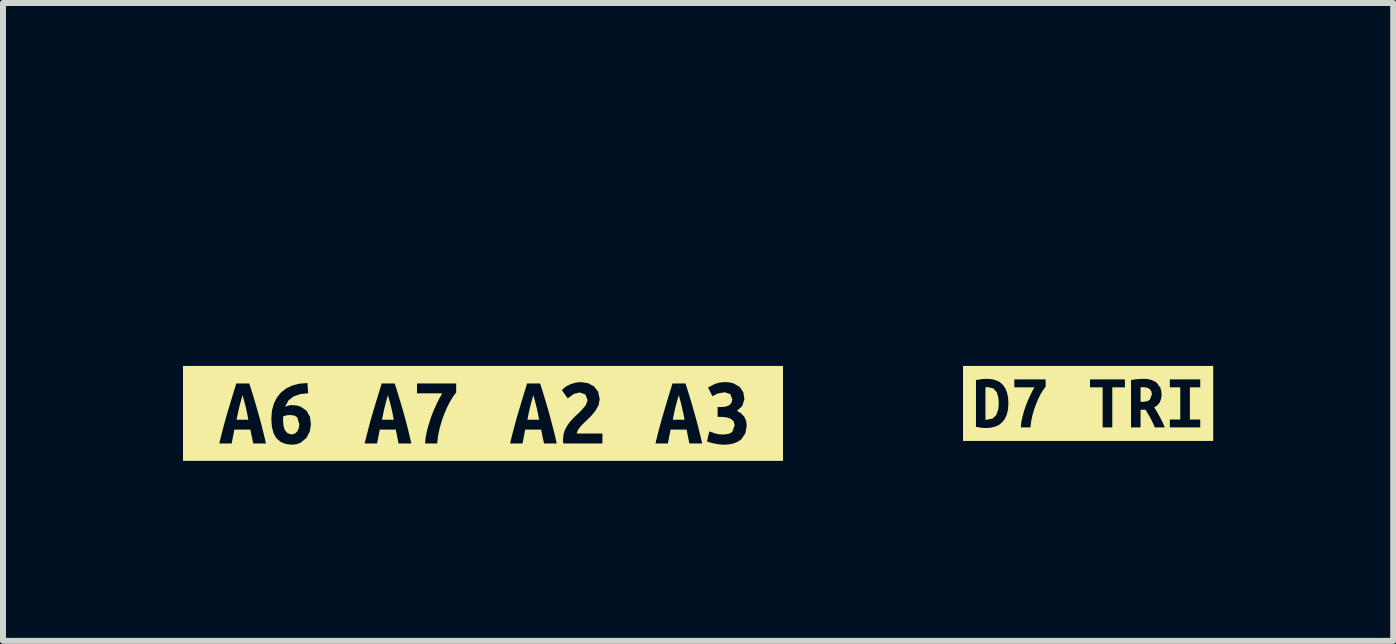
<source format=kicad_pcb>
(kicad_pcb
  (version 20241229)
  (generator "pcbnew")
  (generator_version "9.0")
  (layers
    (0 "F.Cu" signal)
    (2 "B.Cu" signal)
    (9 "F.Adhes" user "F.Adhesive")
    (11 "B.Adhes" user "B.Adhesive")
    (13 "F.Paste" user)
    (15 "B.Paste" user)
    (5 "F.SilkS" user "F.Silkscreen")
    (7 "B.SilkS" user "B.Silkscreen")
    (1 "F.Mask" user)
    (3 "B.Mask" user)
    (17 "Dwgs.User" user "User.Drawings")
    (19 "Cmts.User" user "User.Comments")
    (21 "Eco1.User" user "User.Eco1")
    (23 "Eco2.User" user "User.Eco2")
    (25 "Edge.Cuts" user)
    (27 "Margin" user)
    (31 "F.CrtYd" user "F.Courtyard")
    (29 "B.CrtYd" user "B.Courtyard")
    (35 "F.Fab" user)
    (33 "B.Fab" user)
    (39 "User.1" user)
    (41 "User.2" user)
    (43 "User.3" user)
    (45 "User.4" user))
  (footprint "kibuzzard-688B10BE"
    (layer "F.Cu")
    (at 5 3.84)
    (property "Reference" "kibuzzard-688B10BE" (at 0 -3.839 0) (layer "F.SilkS") (effects (font (size 0.001 0.001) (thickness 0.15))))
    (attr board_only exclude_from_pos_files exclude_from_bom)
    (fp_poly (pts (xy -4.008 -0.305) (xy -4.038 -0.198) (xy -4.064 -0.098) (xy -4.086 0.002) (xy -4.107 0.105) (xy -3.911 0.105) (xy -3.931 0.002) (xy -3.952 -0.098) (xy -3.978 -0.198) (xy -4.008 -0.305)) (stroke (width 0) (type solid)) (fill yes) (layer "F.SilkS"))
    (fp_poly (pts (xy -1.585 -0.305) (xy -1.615 -0.198) (xy -1.641 -0.098) (xy -1.663 0.002) (xy -1.683 0.105) (xy -1.488 0.105) (xy -1.507 0.002) (xy -1.529 -0.098) (xy -1.555 -0.198) (xy -1.585 -0.305)) (stroke (width 0) (type solid)) (fill yes) (layer "F.SilkS"))
    (fp_poly (pts (xy 0.838 -0.305) (xy 0.809 -0.198) (xy 0.783 -0.098) (xy 0.76 0.002) (xy 0.74 0.105) (xy 0.935 0.105) (xy 0.916 0.002) (xy 0.894 -0.098) (xy 0.868 -0.198) (xy 0.838 -0.305)) (stroke (width 0) (type solid)) (fill yes) (layer "F.SilkS"))
    (fp_poly (pts (xy 3.262 -0.305) (xy 3.232 -0.198) (xy 3.206 -0.098) (xy 3.183 0.002) (xy 3.163 0.105) (xy 3.359 0.105) (xy 3.339 0.002) (xy 3.317 -0.098) (xy 3.292 -0.198) (xy 3.262 -0.305)) (stroke (width 0) (type solid)) (fill yes) (layer "F.SilkS"))
    (fp_poly (pts (xy -3.213 0.026) (xy -3.276 0.032) (xy -3.33 0.05) (xy -3.332 0.079) (xy -3.333 0.11) (xy -3.326 0.2) (xy -3.304 0.276) (xy -3.259 0.33) (xy -3.189 0.351) (xy -3.131 0.334) (xy -3.091 0.294) (xy -3.069 0.241) (xy -3.061 0.184) (xy -3.095 0.067) (xy -3.142 0.036) (xy -3.213 0.026)) (stroke (width 0) (type solid)) (fill yes) (layer "F.SilkS"))
    (fp_poly (pts (xy -5 -0.791) (xy -5 -0.791) (xy -5 0.791) (xy -5 0.791) (xy -3.83 0.791) (xy -3.83 0.501) (xy -3.877 0.27) (xy -4.144 0.27) (xy -4.189 0.501) (xy -4.396 0.501) (xy -4.367 0.385) (xy -4.339 0.273) (xy -4.31 0.165) (xy -4.281 0.061) (xy -4.252 -0.038) (xy -4.216 -0.158) (xy -4.181 -0.275) (xy -4.146 -0.389) (xy -4.111 -0.499) (xy -3.895 -0.499) (xy -3.86 -0.388) (xy -3.824 -0.273) (xy -3.789 -0.155) (xy -3.754 -0.033) (xy -3.726 0.067) (xy -3.698 0.171) (xy -3.671 0.277) (xy -3.644 0.387) (xy -3.617 0.501) (xy -3.83 0.501) (xy -3.83 0.791) (xy -3.184 0.791) (xy -3.184 0.522) (xy -3.287 0.51) (xy -3.373 0.475) (xy -3.44 0.418) (xy -3.489 0.335) (xy -3.518 0.227) (xy -3.528 0.092) (xy -3.518 -0.045) (xy -3.485 -0.165) (xy -3.434 -0.267) (xy -3.363 -0.352) (xy -3.276 -0.419) (xy -3.173 -0.467) (xy -3.055 -0.496) (xy -2.926 -0.506) (xy -2.914 -0.336) (xy -3.04 -0.323) (xy -3.153 -0.285) (xy -3.243 -0.216) (xy -3.299 -0.111) (xy -3.239 -0.132) (xy -3.187 -0.139) (xy -3.107 -0.132) (xy -3.04 -0.113) (xy -2.94 -0.044) (xy -2.884 0.058) (xy -2.868 0.181) (xy -2.886 0.299) (xy -2.943 0.409) (xy -3.042 0.49) (xy -3.107 0.514) (xy -3.184 0.522) (xy -3.184 0.791) (xy -1.407 0.791) (xy -1.407 0.501) (xy -1.454 0.27) (xy -1.721 0.27) (xy -1.766 0.501) (xy -1.973 0.501) (xy -1.944 0.385) (xy -1.915 0.273) (xy -1.887 0.165) (xy -1.858 0.061) (xy -1.829 -0.038) (xy -1.793 -0.158) (xy -1.757 -0.275) (xy -1.722 -0.389) (xy -1.688 -0.499) (xy -1.472 -0.499) (xy -1.436 -0.388) (xy -1.401 -0.273) (xy -1.366 -0.155) (xy -1.33 -0.033) (xy -1.302 0.067) (xy -1.275 0.171) (xy -1.247 0.277) (xy -1.221 0.387) (xy -1.194 0.501) (xy -1.407 0.501) (xy -1.407 0.791) (xy -0.966 0.791) (xy -0.966 0.501) (xy -0.955 0.394) (xy -0.932 0.282) (xy -0.9 0.167) (xy -0.862 0.053) (xy -0.819 -0.057) (xy -0.772 -0.161) (xy -0.725 -0.255) (xy -0.68 -0.334) (xy -1.1 -0.334) (xy -1.1 -0.499) (xy -0.447 -0.499) (xy -0.447 -0.349) (xy -0.493 -0.289) (xy -0.543 -0.208) (xy -0.593 -0.112) (xy -0.641 -0.003) (xy -0.684 0.115) (xy -0.721 0.242) (xy -0.749 0.371) (xy -0.764 0.501) (xy -0.966 0.501) (xy -0.966 0.791) (xy 1.016 0.791) (xy 1.016 0.501) (xy 0.969 0.27) (xy 0.703 0.27) (xy 0.658 0.501) (xy 0.451 0.501) (xy 0.479 0.385) (xy 0.508 0.273) (xy 0.537 0.165) (xy 0.565 0.061) (xy 0.595 -0.038) (xy 0.631 -0.158) (xy 0.666 -0.275) (xy 0.701 -0.389) (xy 0.735 -0.499) (xy 0.952 -0.499) (xy 0.987 -0.388) (xy 1.022 -0.273) (xy 1.058 -0.155) (xy 1.093 -0.033) (xy 1.121 0.067) (xy 1.148 0.171) (xy 1.176 0.277) (xy 1.203 0.387) (xy 1.229 0.501) (xy 1.016 0.501) (xy 1.016 0.791) (xy 1.99 0.791) (xy 1.99 0.501) (xy 1.338 0.501) (xy 1.334 0.46) (xy 1.334 0.426) (xy 1.342 0.349) (xy 1.364 0.278) (xy 1.398 0.213) (xy 1.44 0.153) (xy 1.488 0.097) (xy 1.539 0.046) (xy 1.59 -0.002) (xy 1.637 -0.048) (xy 1.713 -0.136) (xy 1.743 -0.221) (xy 1.706 -0.316) (xy 1.612 -0.349) (xy 1.514 -0.326) (xy 1.412 -0.25) (xy 1.313 -0.389) (xy 1.383 -0.448) (xy 1.463 -0.489) (xy 1.547 -0.514) (xy 1.632 -0.522) (xy 1.75 -0.504) (xy 1.85 -0.451) (xy 1.919 -0.361) (xy 1.945 -0.236) (xy 1.926 -0.137) (xy 1.874 -0.044) (xy 1.801 0.044) (xy 1.719 0.124) (xy 1.67 0.17) (xy 1.619 0.225) (xy 1.578 0.283) (xy 1.561 0.336) (xy 1.99 0.336) (xy 1.99 0.501) (xy 1.99 0.791) (xy 3.439 0.791) (xy 3.439 0.501) (xy 3.393 0.27) (xy 3.126 0.27) (xy 3.081 0.501) (xy 2.874 0.501) (xy 2.902 0.385) (xy 2.931 0.273) (xy 2.96 0.165) (xy 2.989 0.061) (xy 3.018 -0.038) (xy 3.054 -0.158) (xy 3.089 -0.275) (xy 3.124 -0.389) (xy 3.158 -0.499) (xy 3.375 -0.499) (xy 3.41 -0.388) (xy 3.446 -0.273) (xy 3.481 -0.155) (xy 3.516 -0.033) (xy 3.544 0.067) (xy 3.572 0.171) (xy 3.599 0.277) (xy 3.626 0.387) (xy 3.653 0.501) (xy 3.439 0.501) (xy 3.439 0.791) (xy 4.011 0.791) (xy 4.011 0.522) (xy 3.933 0.516) (xy 3.854 0.502) (xy 3.784 0.485) (xy 3.733 0.467) (xy 3.772 0.3) (xy 3.868 0.334) (xy 3.933 0.348) (xy 4.01 0.352) (xy 4.096 0.341) (xy 4.153 0.309) (xy 4.194 0.2) (xy 4.178 0.133) (xy 4.131 0.09) (xy 4.059 0.066) (xy 3.971 0.058) (xy 3.91 0.058) (xy 3.91 -0.107) (xy 3.984 -0.107) (xy 4.045 -0.113) (xy 4.1 -0.134) (xy 4.14 -0.173) (xy 4.155 -0.234) (xy 4.122 -0.321) (xy 4.031 -0.352) (xy 3.918 -0.334) (xy 3.822 -0.288) (xy 3.751 -0.433) (xy 3.867 -0.492) (xy 3.943 -0.514) (xy 4.029 -0.522) (xy 4.108 -0.517) (xy 4.175 -0.501) (xy 4.278 -0.442) (xy 4.338 -0.352) (xy 4.357 -0.241) (xy 4.323 -0.126) (xy 4.233 -0.042) (xy 4.301 -0.002) (xy 4.353 0.053) (xy 4.385 0.122) (xy 4.396 0.204) (xy 4.373 0.331) (xy 4.304 0.432) (xy 4.25 0.47) (xy 4.184 0.498) (xy 4.105 0.516) (xy 4.011 0.522) (xy 4.011 0.791) (xy 5 0.791) (xy 5 0.791) (xy 5 -0.791) (xy 5 -0.791) (xy -5 -0.791)) (stroke (width 0) (type solid)) (fill yes) (layer "F.SilkS")))
  (footprint "kibuzzard-688B11B5"
    (layer "F.Cu")
    (at 15.085 3.674)
    (property "Reference" "kibuzzard-688B11B5" (at 0 -3.673 0) (layer "F.SilkS") (effects (font (size 0.001 0.001) (thickness 0.15))))
    (attr board_only exclude_from_pos_files exclude_from_bom)
    (fp_poly (pts (xy 1.063 -0.149) (xy 1.053 -0.204) (xy 1.024 -0.242) (xy 0.979 -0.264) (xy 0.922 -0.271) (xy 0.9 -0.271) (xy 0.874 -0.268) (xy 0.874 -0.027) (xy 0.909 -0.027) (xy 0.979 -0.035) (xy 1.027 -0.059) (xy 1.063 -0.149)) (stroke (width 0) (type solid)) (fill yes) (layer "F.SilkS"))
    (fp_poly (pts (xy -1.711 0.27) (xy -1.696 0.271) (xy -1.682 0.271) (xy -1.591 0.251) (xy -1.532 0.194) (xy -1.499 0.108) (xy -1.492 0.056) (xy -1.489 -0.001) (xy -1.497 -0.102) (xy -1.524 -0.189) (xy -1.577 -0.249) (xy -1.664 -0.271) (xy -1.687 -0.271) (xy -1.711 -0.268) (xy -1.711 0.27)) (stroke (width 0) (type solid)) (fill yes) (layer "F.SilkS"))
    (fp_poly (pts (xy -1.869 -0.625) (xy -2.085 -0.625) (xy -2.085 0.625) (xy -1.869 0.625) (xy -1.699 0.625) (xy -1.699 0.41) (xy -1.782 0.405) (xy -1.869 0.39) (xy -1.869 -0.39) (xy -1.767 -0.406) (xy -1.678 -0.41) (xy -1.603 -0.404) (xy -1.534 -0.386) (xy -1.474 -0.357) (xy -1.424 -0.313) (xy -1.383 -0.257) (xy -1.353 -0.187) (xy -1.334 -0.102) (xy -1.328 -0.001) (xy -1.335 0.102) (xy -1.356 0.188) (xy -1.389 0.259) (xy -1.433 0.315) (xy -1.486 0.358) (xy -1.55 0.387) (xy -1.621 0.404) (xy -1.699 0.41) (xy -1.699 0.625) (xy -1.122 0.625) (xy -1.122 0.399) (xy -1.114 0.314) (xy -1.095 0.224) (xy -1.07 0.132) (xy -1.039 0.041) (xy -1.005 -0.047) (xy -0.967 -0.13) (xy -0.93 -0.205) (xy -0.894 -0.269) (xy -1.23 -0.269) (xy -1.23 -0.401) (xy -0.708 -0.401) (xy -0.708 -0.28) (xy -0.744 -0.232) (xy -0.784 -0.168) (xy -0.824 -0.091) (xy -0.862 -0.004) (xy -0.897 0.091) (xy -0.927 0.192) (xy -0.949 0.296) (xy -0.961 0.399) (xy -1.122 0.399) (xy -1.122 0.625) (xy 0.403 0.625) (xy 0.403 0.399) (xy 0.242 0.399) (xy 0.242 -0.269) (xy 0.032 -0.269) (xy 0.032 -0.401) (xy 0.613 -0.401) (xy 0.613 -0.269) (xy 0.403 -0.269) (xy 0.403 0.399) (xy 0.403 0.625) (xy 1.278 0.625) (xy 1.278 0.399) (xy 1.111 0.399) (xy 1.079 0.323) (xy 1.042 0.25) (xy 1.001 0.178) (xy 0.957 0.105) (xy 0.874 0.105) (xy 0.874 0.399) (xy 0.715 0.399) (xy 0.715 -0.389) (xy 0.766 -0.399) (xy 0.823 -0.405) (xy 0.877 -0.408) (xy 0.922 -0.41) (xy 0.987 -0.406) (xy 1.046 -0.394) (xy 1.098 -0.374) (xy 1.142 -0.346) (xy 1.203 -0.264) (xy 1.219 -0.21) (xy 1.225 -0.147) (xy 1.217 -0.081) (xy 1.196 -0.021) (xy 1.158 0.029) (xy 1.102 0.066) (xy 1.148 0.14) (xy 1.196 0.226) (xy 1.241 0.315) (xy 1.278 0.399) (xy 1.278 0.625) (xy 1.362 0.625) (xy 1.362 0.399) (xy 1.362 0.268) (xy 1.536 0.268) (xy 1.536 -0.269) (xy 1.362 -0.269) (xy 1.362 -0.401) (xy 1.869 -0.401) (xy 1.869 -0.269) (xy 1.696 -0.269) (xy 1.696 0.268) (xy 1.869 0.268) (xy 1.869 0.399) (xy 1.362 0.399) (xy 1.362 0.625) (xy 1.869 0.625) (xy 2.085 0.625) (xy 2.085 -0.625) (xy 1.869 -0.625) (xy -1.869 -0.625)) (stroke (width 0) (type solid)) (fill yes) (layer "F.SilkS")))
  (gr_rect
    (start -3 -3)
    (end 20.17 7.631)
    (stroke (width 0.1) (type default))
    (fill no)
    (layer "Edge.Cuts")))
</source>
